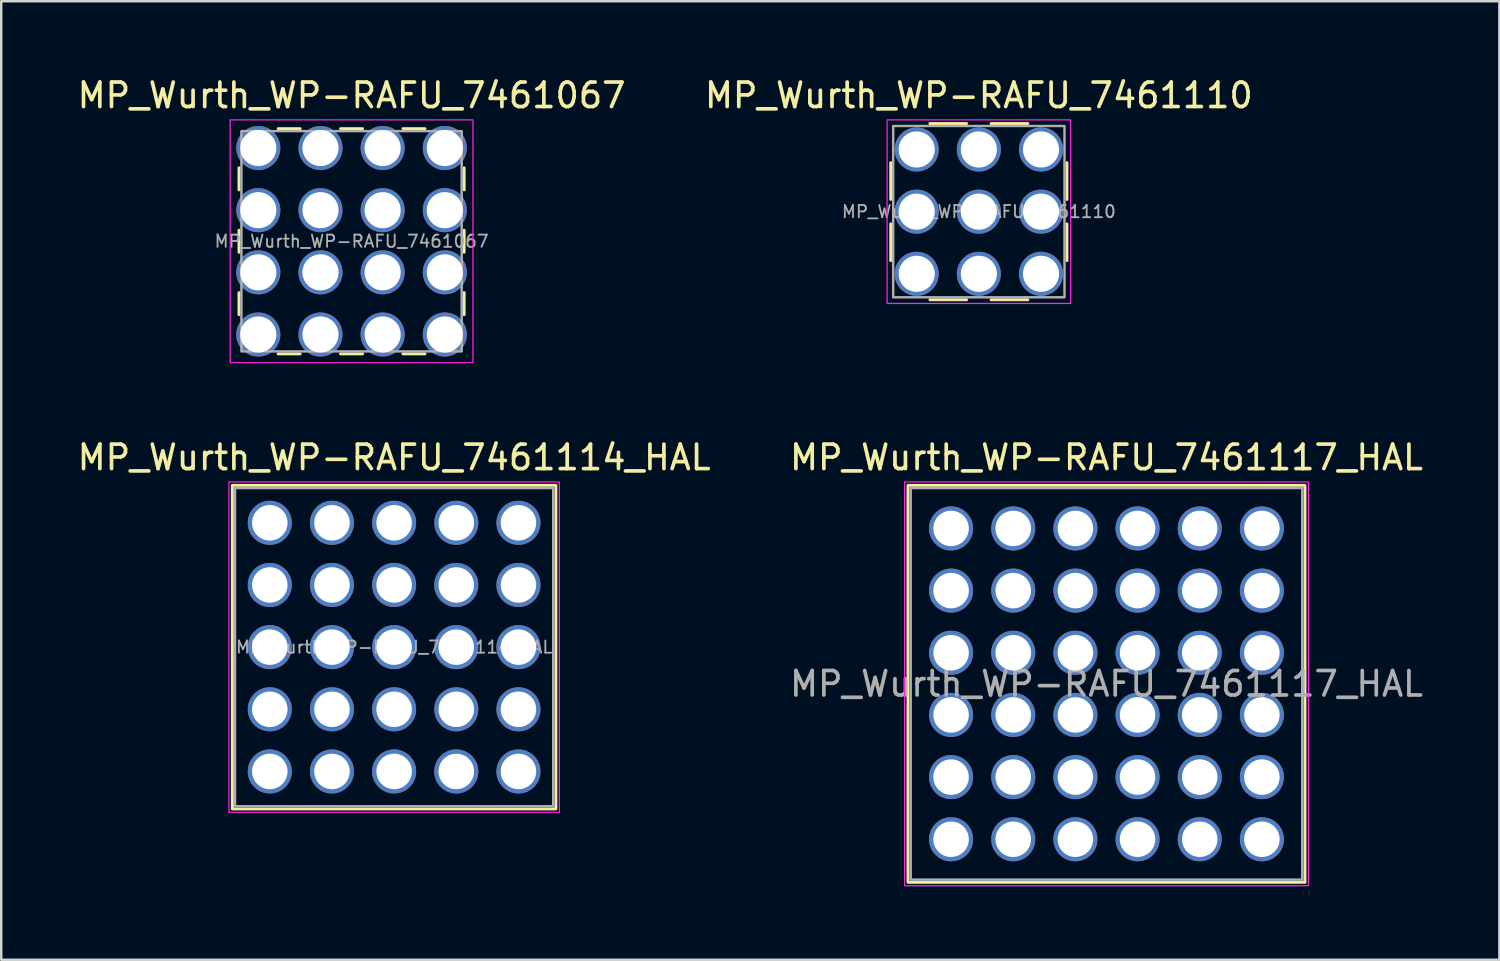
<source format=kicad_pcb>
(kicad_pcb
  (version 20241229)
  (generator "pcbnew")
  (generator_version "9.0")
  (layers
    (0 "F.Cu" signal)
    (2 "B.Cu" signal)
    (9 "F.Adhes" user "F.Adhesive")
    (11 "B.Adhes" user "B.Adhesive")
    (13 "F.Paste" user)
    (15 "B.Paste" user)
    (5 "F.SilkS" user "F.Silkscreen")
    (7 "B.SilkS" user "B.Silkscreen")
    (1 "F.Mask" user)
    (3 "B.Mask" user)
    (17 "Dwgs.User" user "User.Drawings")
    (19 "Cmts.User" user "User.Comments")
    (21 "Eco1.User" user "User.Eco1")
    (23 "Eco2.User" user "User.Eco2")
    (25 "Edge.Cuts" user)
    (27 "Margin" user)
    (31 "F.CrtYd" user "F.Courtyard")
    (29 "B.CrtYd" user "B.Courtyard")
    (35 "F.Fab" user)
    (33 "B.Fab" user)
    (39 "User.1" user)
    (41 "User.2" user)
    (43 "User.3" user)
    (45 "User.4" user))
  (footprint "MP_Wurth_WP-RAFU_7461114_HAL"
    (layer "F.Cu")
    (at 13.054 23.392)
    (property "Reference" "MP_Wurth_WP-RAFU_7461114_HAL" (at 0 -7.75 0) (unlocked yes) (layer "F.SilkS") (effects (font (size 1 1) (thickness 0.15))))
    (attr through_hole)
    (fp_rect (start -6.61 -6.61) (end 6.61 6.61) (stroke (width 0.12) (type solid)) (fill no) (layer "F.SilkS"))
    (fp_rect (start -6.75 -6.75) (end 6.75 6.75) (stroke (width 0.05) (type solid)) (fill no) (layer "F.CrtYd"))
    (fp_rect (start -6.5 -6.5) (end 6.5 6.5) (stroke (width 0.1) (type solid)) (fill no) (layer "F.Fab"))
    (fp_text user "${REFERENCE}" (at 0 0 0) (unlocked yes) (layer "F.Fab") (effects (font (size 0.5 0.5) (thickness 0.075))))
    (pad "1" thru_hole circle (at -5.08 -5.08) (size 1.8 1.8) (drill 1.45) (layers "*.Cu" "*.Mask"))
    (pad "1" thru_hole circle (at -5.08 -2.54) (size 1.8 1.8) (drill 1.45) (layers "*.Cu" "*.Mask"))
    (pad "1" thru_hole circle (at -5.08 0) (size 1.8 1.8) (drill 1.45) (layers "*.Cu" "*.Mask"))
    (pad "1" thru_hole circle (at -5.08 2.54) (size 1.8 1.8) (drill 1.45) (layers "*.Cu" "*.Mask"))
    (pad "1" thru_hole circle (at -5.08 5.08) (size 1.8 1.8) (drill 1.45) (layers "*.Cu" "*.Mask"))
    (pad "1" thru_hole circle (at -2.54 -5.08) (size 1.8 1.8) (drill 1.45) (layers "*.Cu" "*.Mask"))
    (pad "1" thru_hole circle (at -2.54 -2.54) (size 1.8 1.8) (drill 1.45) (layers "*.Cu" "*.Mask"))
    (pad "1" thru_hole circle (at -2.54 0) (size 1.8 1.8) (drill 1.45) (layers "*.Cu" "*.Mask"))
    (pad "1" thru_hole circle (at -2.54 2.54) (size 1.8 1.8) (drill 1.45) (layers "*.Cu" "*.Mask"))
    (pad "1" thru_hole circle (at -2.54 5.08) (size 1.8 1.8) (drill 1.45) (layers "*.Cu" "*.Mask"))
    (pad "1" thru_hole circle (at 0 -5.08) (size 1.8 1.8) (drill 1.45) (layers "*.Cu" "*.Mask"))
    (pad "1" thru_hole circle (at 0 -2.54) (size 1.8 1.8) (drill 1.45) (layers "*.Cu" "*.Mask"))
    (pad "1" thru_hole circle (at 0 0) (size 1.8 1.8) (drill 1.45) (layers "*.Cu" "*.Mask"))
    (pad "1" thru_hole circle (at 0 2.54) (size 1.8 1.8) (drill 1.45) (layers "*.Cu" "*.Mask"))
    (pad "1" thru_hole circle (at 0 5.08) (size 1.8 1.8) (drill 1.45) (layers "*.Cu" "*.Mask"))
    (pad "1" thru_hole circle (at 2.54 -5.08) (size 1.8 1.8) (drill 1.45) (layers "*.Cu" "*.Mask"))
    (pad "1" thru_hole circle (at 2.54 -2.54) (size 1.8 1.8) (drill 1.45) (layers "*.Cu" "*.Mask"))
    (pad "1" thru_hole circle (at 2.54 0) (size 1.8 1.8) (drill 1.45) (layers "*.Cu" "*.Mask"))
    (pad "1" thru_hole circle (at 2.54 2.54) (size 1.8 1.8) (drill 1.45) (layers "*.Cu" "*.Mask"))
    (pad "1" thru_hole circle (at 2.54 5.08) (size 1.8 1.8) (drill 1.45) (layers "*.Cu" "*.Mask"))
    (pad "1" thru_hole circle (at 5.08 -5.08) (size 1.8 1.8) (drill 1.45) (layers "*.Cu" "*.Mask"))
    (pad "1" thru_hole circle (at 5.08 -2.54) (size 1.8 1.8) (drill 1.45) (layers "*.Cu" "*.Mask"))
    (pad "1" thru_hole circle (at 5.08 0) (size 1.8 1.8) (drill 1.45) (layers "*.Cu" "*.Mask"))
    (pad "1" thru_hole circle (at 5.08 2.54) (size 1.8 1.8) (drill 1.45) (layers "*.Cu" "*.Mask"))
    (pad "1" thru_hole circle (at 5.08 5.08) (size 1.8 1.8) (drill 1.45) (layers "*.Cu" "*.Mask")))
  (footprint "MP_Wurth_WP-RAFU_7461117_HAL"
    (layer "F.Cu")
    (at 42.161 24.892)
    (property "Reference" "MP_Wurth_WP-RAFU_7461117_HAL" (at 0 -9.25 0) (unlocked yes) (layer "F.SilkS") (effects (font (size 1 1) (thickness 0.15))))
    (attr through_hole)
    (fp_rect (start -8.11 -8.11) (end 8.11 8.11) (stroke (width 0.12) (type solid)) (fill no) (layer "F.SilkS"))
    (fp_rect (start -8.25 -8.25) (end 8.25 8.25) (stroke (width 0.05) (type solid)) (fill no) (layer "F.CrtYd"))
    (fp_rect (start -8 -8) (end 8 8) (stroke (width 0.1) (type solid)) (fill no) (layer "F.Fab"))
    (fp_text user "${REFERENCE}" (at 0 0 0) (unlocked yes) (layer "F.Fab") (effects (font (size 1 1) (thickness 0.15))))
    (pad "1" thru_hole circle (at -6.35 -6.35) (size 1.8 1.8) (drill 1.45) (layers "*.Cu" "*.Mask"))
    (pad "1" thru_hole circle (at -6.35 -3.81) (size 1.8 1.8) (drill 1.45) (layers "*.Cu" "*.Mask"))
    (pad "1" thru_hole circle (at -6.35 -1.27) (size 1.8 1.8) (drill 1.45) (layers "*.Cu" "*.Mask"))
    (pad "1" thru_hole circle (at -6.35 1.27) (size 1.8 1.8) (drill 1.45) (layers "*.Cu" "*.Mask"))
    (pad "1" thru_hole circle (at -6.35 3.81) (size 1.8 1.8) (drill 1.45) (layers "*.Cu" "*.Mask"))
    (pad "1" thru_hole circle (at -6.35 6.35) (size 1.8 1.8) (drill 1.45) (layers "*.Cu" "*.Mask"))
    (pad "1" thru_hole circle (at -3.81 -6.35) (size 1.8 1.8) (drill 1.45) (layers "*.Cu" "*.Mask"))
    (pad "1" thru_hole circle (at -3.81 -3.81) (size 1.8 1.8) (drill 1.45) (layers "*.Cu" "*.Mask"))
    (pad "1" thru_hole circle (at -3.81 -1.27) (size 1.8 1.8) (drill 1.45) (layers "*.Cu" "*.Mask"))
    (pad "1" thru_hole circle (at -3.81 1.27) (size 1.8 1.8) (drill 1.45) (layers "*.Cu" "*.Mask"))
    (pad "1" thru_hole circle (at -3.81 3.81) (size 1.8 1.8) (drill 1.45) (layers "*.Cu" "*.Mask"))
    (pad "1" thru_hole circle (at -3.81 6.35) (size 1.8 1.8) (drill 1.45) (layers "*.Cu" "*.Mask"))
    (pad "1" thru_hole circle (at -1.27 -6.35) (size 1.8 1.8) (drill 1.45) (layers "*.Cu" "*.Mask"))
    (pad "1" thru_hole circle (at -1.27 -3.81) (size 1.8 1.8) (drill 1.45) (layers "*.Cu" "*.Mask"))
    (pad "1" thru_hole circle (at -1.27 -1.27) (size 1.8 1.8) (drill 1.45) (layers "*.Cu" "*.Mask"))
    (pad "1" thru_hole circle (at -1.27 1.27) (size 1.8 1.8) (drill 1.45) (layers "*.Cu" "*.Mask"))
    (pad "1" thru_hole circle (at -1.27 3.81) (size 1.8 1.8) (drill 1.45) (layers "*.Cu" "*.Mask"))
    (pad "1" thru_hole circle (at -1.27 6.35) (size 1.8 1.8) (drill 1.45) (layers "*.Cu" "*.Mask"))
    (pad "1" thru_hole circle (at 1.27 -6.35) (size 1.8 1.8) (drill 1.45) (layers "*.Cu" "*.Mask"))
    (pad "1" thru_hole circle (at 1.27 -3.81) (size 1.8 1.8) (drill 1.45) (layers "*.Cu" "*.Mask"))
    (pad "1" thru_hole circle (at 1.27 -1.27) (size 1.8 1.8) (drill 1.45) (layers "*.Cu" "*.Mask"))
    (pad "1" thru_hole circle (at 1.27 1.27) (size 1.8 1.8) (drill 1.45) (layers "*.Cu" "*.Mask"))
    (pad "1" thru_hole circle (at 1.27 3.81) (size 1.8 1.8) (drill 1.45) (layers "*.Cu" "*.Mask"))
    (pad "1" thru_hole circle (at 1.27 6.35) (size 1.8 1.8) (drill 1.45) (layers "*.Cu" "*.Mask"))
    (pad "1" thru_hole circle (at 3.81 -6.35) (size 1.8 1.8) (drill 1.45) (layers "*.Cu" "*.Mask"))
    (pad "1" thru_hole circle (at 3.81 -3.81) (size 1.8 1.8) (drill 1.45) (layers "*.Cu" "*.Mask"))
    (pad "1" thru_hole circle (at 3.81 -1.27) (size 1.8 1.8) (drill 1.45) (layers "*.Cu" "*.Mask"))
    (pad "1" thru_hole circle (at 3.81 1.27) (size 1.8 1.8) (drill 1.45) (layers "*.Cu" "*.Mask"))
    (pad "1" thru_hole circle (at 3.81 3.81) (size 1.8 1.8) (drill 1.45) (layers "*.Cu" "*.Mask"))
    (pad "1" thru_hole circle (at 3.81 6.35) (size 1.8 1.8) (drill 1.45) (layers "*.Cu" "*.Mask"))
    (pad "1" thru_hole circle (at 6.35 -6.35) (size 1.8 1.8) (drill 1.45) (layers "*.Cu" "*.Mask"))
    (pad "1" thru_hole circle (at 6.35 -3.81) (size 1.8 1.8) (drill 1.45) (layers "*.Cu" "*.Mask"))
    (pad "1" thru_hole circle (at 6.35 -1.27) (size 1.8 1.8) (drill 1.45) (layers "*.Cu" "*.Mask"))
    (pad "1" thru_hole circle (at 6.35 1.27) (size 1.8 1.8) (drill 1.45) (layers "*.Cu" "*.Mask"))
    (pad "1" thru_hole circle (at 6.35 3.81) (size 1.8 1.8) (drill 1.45) (layers "*.Cu" "*.Mask"))
    (pad "1" thru_hole circle (at 6.35 6.35) (size 1.8 1.8) (drill 1.45) (layers "*.Cu" "*.Mask")))
  (footprint "MP_Wurth_WP-RAFU_7461110"
    (layer "F.Cu")
    (at 36.946 5.598)
    (property "Reference" "MP_Wurth_WP-RAFU_7461110" (at 0 -4.75 0) (unlocked yes) (layer "F.SilkS") (effects (font (size 1 1) (thickness 0.15))))
    (attr through_hole)
    (fp_line (start -3.6 -2) (end -3.6 -0.5) (stroke (width 0.12) (type solid)) (layer "F.SilkS"))
    (fp_line (start -3.6 2) (end -3.6 0.5) (stroke (width 0.12) (type solid)) (layer "F.SilkS"))
    (fp_line (start -2 -3.6) (end -0.5 -3.6) (stroke (width 0.12) (type solid)) (layer "F.SilkS"))
    (fp_line (start -2 3.6) (end -0.5 3.6) (stroke (width 0.12) (type solid)) (layer "F.SilkS"))
    (fp_line (start 2 -3.6) (end 0.5 -3.6) (stroke (width 0.12) (type solid)) (layer "F.SilkS"))
    (fp_line (start 2 3.6) (end 0.5 3.6) (stroke (width 0.12) (type solid)) (layer "F.SilkS"))
    (fp_line (start 3.6 -2) (end 3.6 -0.5) (stroke (width 0.12) (type solid)) (layer "F.SilkS"))
    (fp_line (start 3.6 2) (end 3.6 0.5) (stroke (width 0.12) (type solid)) (layer "F.SilkS"))
    (fp_rect (start -3.75 -3.75) (end 3.75 3.75) (stroke (width 0.05) (type solid)) (fill no) (layer "F.CrtYd"))
    (fp_rect (start -3.5 -3.5) (end 3.5 3.5) (stroke (width 0.1) (type solid)) (fill no) (layer "F.Fab"))
    (fp_text user "${REFERENCE}" (at 0 0 0) (unlocked yes) (layer "F.Fab") (effects (font (size 0.5 0.5) (thickness 0.075))))
    (pad "1" thru_hole circle (at -2.54 -2.54) (size 1.8 1.8) (drill 1.475) (layers "*.Cu" "*.Mask"))
    (pad "1" thru_hole circle (at -2.54 0) (size 1.8 1.8) (drill 1.475) (layers "*.Cu" "*.Mask"))
    (pad "1" thru_hole circle (at -2.54 2.54) (size 1.8 1.8) (drill 1.475) (layers "*.Cu" "*.Mask"))
    (pad "1" thru_hole circle (at 0 -2.54) (size 1.8 1.8) (drill 1.475) (layers "*.Cu" "*.Mask"))
    (pad "1" thru_hole circle (at 0 0) (size 1.8 1.8) (drill 1.475) (layers "*.Cu" "*.Mask"))
    (pad "1" thru_hole circle (at 0 2.54) (size 1.8 1.8) (drill 1.475) (layers "*.Cu" "*.Mask"))
    (pad "1" thru_hole circle (at 2.54 -2.54) (size 1.8 1.8) (drill 1.475) (layers "*.Cu" "*.Mask"))
    (pad "1" thru_hole circle (at 2.54 0) (size 1.8 1.8) (drill 1.475) (layers "*.Cu" "*.Mask"))
    (pad "1" thru_hole circle (at 2.54 2.54) (size 1.8 1.8) (drill 1.475) (layers "*.Cu" "*.Mask")))
  (footprint "MP_Wurth_WP-RAFU_7461067"
    (layer "F.Cu")
    (at 11.315 6.808)
    (property "Reference" "MP_Wurth_WP-RAFU_7461067" (at 0 -5.96 0) (unlocked yes) (layer "F.SilkS") (effects (font (size 1 1) (thickness 0.15))))
    (attr through_hole)
    (fp_line (start -4.6 -2.1) (end -4.6 -3) (stroke (width 0.12) (type solid)) (layer "F.SilkS"))
    (fp_line (start -4.6 0.45) (end -4.6 -0.45) (stroke (width 0.12) (type solid)) (layer "F.SilkS"))
    (fp_line (start -4.6 3) (end -4.6 2.1) (stroke (width 0.12) (type solid)) (layer "F.SilkS"))
    (fp_line (start -3 -4.6) (end -2.1 -4.6) (stroke (width 0.12) (type solid)) (layer "F.SilkS"))
    (fp_line (start -2.1 4.6) (end -3 4.6) (stroke (width 0.12) (type solid)) (layer "F.SilkS"))
    (fp_line (start -0.45 -4.6) (end 0.45 -4.6) (stroke (width 0.12) (type solid)) (layer "F.SilkS"))
    (fp_line (start 0.45 4.6) (end -0.45 4.6) (stroke (width 0.12) (type solid)) (layer "F.SilkS"))
    (fp_line (start 2.1 -4.6) (end 3 -4.6) (stroke (width 0.12) (type solid)) (layer "F.SilkS"))
    (fp_line (start 3 4.6) (end 2.1 4.6) (stroke (width 0.12) (type solid)) (layer "F.SilkS"))
    (fp_line (start 4.6 -3) (end 4.6 -2.1) (stroke (width 0.12) (type solid)) (layer "F.SilkS"))
    (fp_line (start 4.6 -0.45) (end 4.6 0.45) (stroke (width 0.12) (type solid)) (layer "F.SilkS"))
    (fp_line (start 4.6 2.1) (end 4.6 3) (stroke (width 0.12) (type solid)) (layer "F.SilkS"))
    (fp_rect (start -4.96 -4.96) (end 4.96 4.96) (stroke (width 0.05) (type solid)) (fill no) (layer "F.CrtYd"))
    (fp_rect (start -4.5 -4.5) (end 4.5 4.5) (stroke (width 0.1) (type solid)) (fill no) (layer "F.Fab"))
    (fp_text user "${REFERENCE}" (at 0 0 0) (unlocked yes) (layer "F.Fab") (effects (font (size 0.5 0.5) (thickness 0.075))))
    (pad "1" thru_hole circle (at -3.81 -3.81) (size 1.8 1.8) (drill 1.475) (layers "*.Cu" "*.Mask"))
    (pad "1" thru_hole circle (at -3.81 -1.27) (size 1.8 1.8) (drill 1.475) (layers "*.Cu" "*.Mask"))
    (pad "1" thru_hole circle (at -3.81 1.27) (size 1.8 1.8) (drill 1.475) (layers "*.Cu" "*.Mask"))
    (pad "1" thru_hole circle (at -3.81 3.81) (size 1.8 1.8) (drill 1.475) (layers "*.Cu" "*.Mask"))
    (pad "1" thru_hole circle (at -1.27 -3.81) (size 1.8 1.8) (drill 1.475) (layers "*.Cu" "*.Mask"))
    (pad "1" thru_hole circle (at -1.27 -1.27) (size 1.8 1.8) (drill 1.475) (layers "*.Cu" "*.Mask"))
    (pad "1" thru_hole circle (at -1.27 1.27) (size 1.8 1.8) (drill 1.475) (layers "*.Cu" "*.Mask"))
    (pad "1" thru_hole circle (at -1.27 3.81) (size 1.8 1.8) (drill 1.475) (layers "*.Cu" "*.Mask"))
    (pad "1" thru_hole circle (at 1.27 -3.81) (size 1.8 1.8) (drill 1.475) (layers "*.Cu" "*.Mask"))
    (pad "1" thru_hole circle (at 1.27 -1.27) (size 1.8 1.8) (drill 1.475) (layers "*.Cu" "*.Mask"))
    (pad "1" thru_hole circle (at 1.27 1.27) (size 1.8 1.8) (drill 1.475) (layers "*.Cu" "*.Mask"))
    (pad "1" thru_hole circle (at 1.27 3.81) (size 1.8 1.8) (drill 1.475) (layers "*.Cu" "*.Mask"))
    (pad "1" thru_hole circle (at 3.81 -3.81) (size 1.8 1.8) (drill 1.475) (layers "*.Cu" "*.Mask"))
    (pad "1" thru_hole circle (at 3.81 -1.27) (size 1.8 1.8) (drill 1.475) (layers "*.Cu" "*.Mask"))
    (pad "1" thru_hole circle (at 3.81 1.27) (size 1.8 1.8) (drill 1.475) (layers "*.Cu" "*.Mask"))
    (pad "1" thru_hole circle (at 3.81 3.81) (size 1.8 1.8) (drill 1.475) (layers "*.Cu" "*.Mask")))
  (gr_rect
    (start -3 -3)
    (end 58.214 36.166)
    (stroke (width 0.1) (type default))
    (fill no)
    (layer "Edge.Cuts")))
</source>
